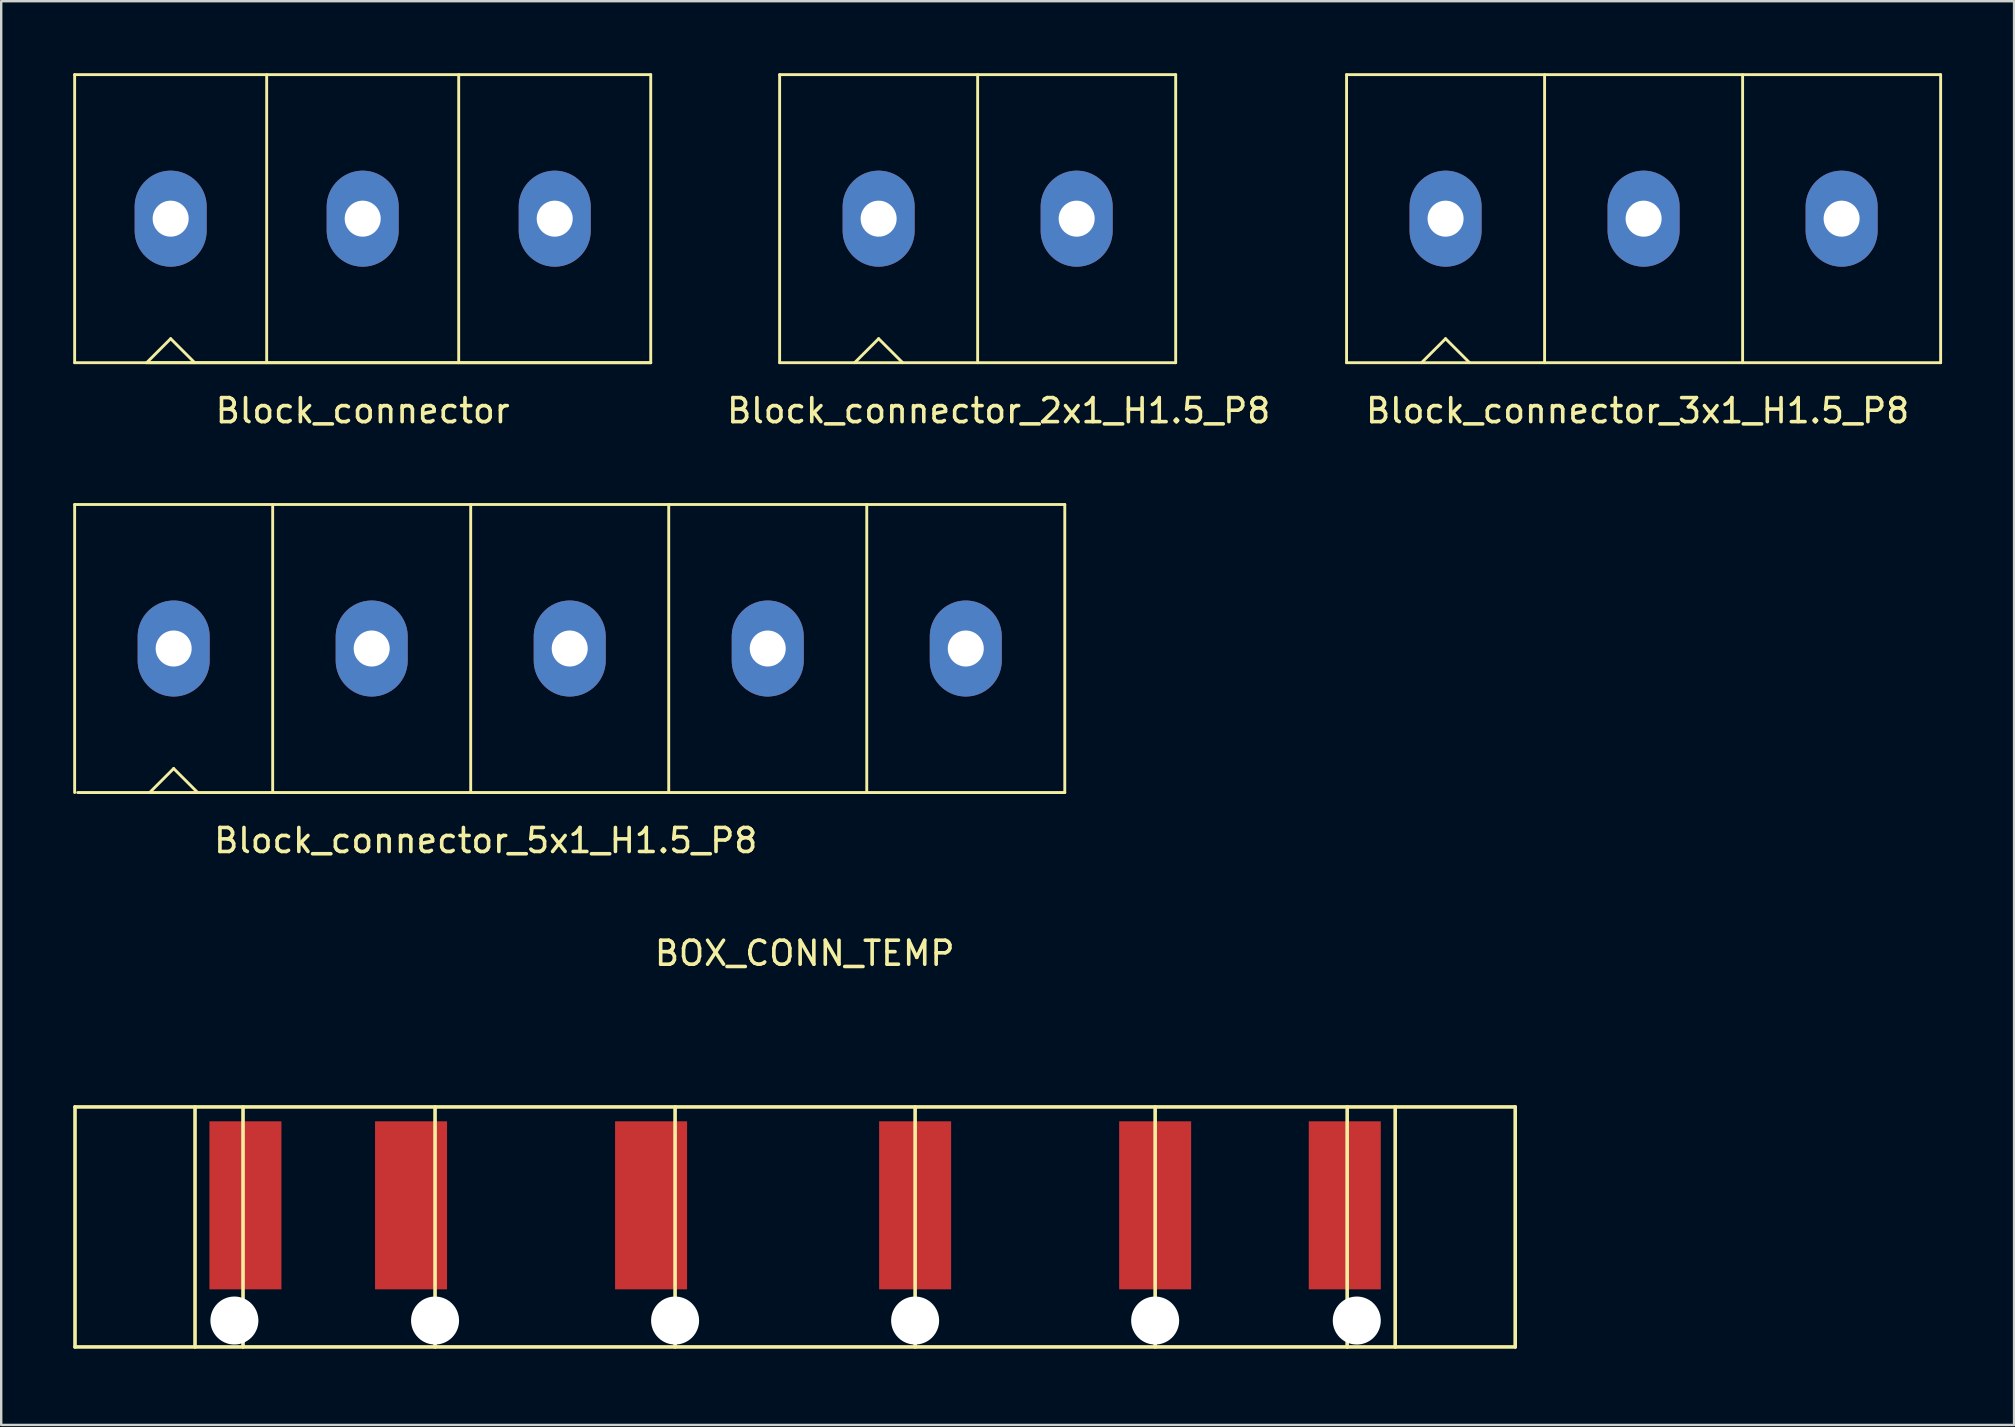
<source format=kicad_pcb>
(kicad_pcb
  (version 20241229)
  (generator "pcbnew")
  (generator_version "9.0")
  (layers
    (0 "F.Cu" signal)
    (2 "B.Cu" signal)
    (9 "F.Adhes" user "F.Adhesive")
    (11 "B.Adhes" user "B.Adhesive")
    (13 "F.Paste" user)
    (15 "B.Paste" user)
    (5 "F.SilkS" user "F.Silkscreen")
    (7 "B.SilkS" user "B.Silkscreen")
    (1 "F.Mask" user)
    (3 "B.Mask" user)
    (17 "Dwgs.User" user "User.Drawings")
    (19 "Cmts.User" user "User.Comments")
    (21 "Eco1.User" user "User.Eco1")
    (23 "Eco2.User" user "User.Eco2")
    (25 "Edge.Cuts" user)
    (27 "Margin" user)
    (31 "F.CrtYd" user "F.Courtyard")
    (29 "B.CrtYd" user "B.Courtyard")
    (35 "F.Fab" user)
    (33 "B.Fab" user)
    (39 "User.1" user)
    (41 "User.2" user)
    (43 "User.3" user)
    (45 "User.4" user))
  (footprint "Block_connector_3x1_H1.5_P8"
    (layer "F.Cu")
    (at 57.174 6.06)
    (property "Reference" "Block_connector_3x1_H1.5_P8" (at 8 8 0) (layer "F.SilkS") (effects (font (size 1 1) (thickness 0.15))))
    (attr through_hole)
    (fp_line (start -4.125 -6) (end 20.625 -6) (stroke (width 0.12) (type solid)) (layer "F.SilkS"))
    (fp_line (start -4.125 6) (end -4.125 -6) (stroke (width 0.12) (type solid)) (layer "F.SilkS"))
    (fp_line (start -4.125 6) (end 20.625 6) (stroke (width 0.12) (type solid)) (layer "F.SilkS"))
    (fp_line (start -1 6) (end 0 5) (stroke (width 0.12) (type solid)) (layer "F.SilkS"))
    (fp_line (start 0 5) (end 1 6) (stroke (width 0.12) (type solid)) (layer "F.SilkS"))
    (fp_line (start 4.125 6) (end 4.125 -6) (stroke (width 0.12) (type solid)) (layer "F.SilkS"))
    (fp_line (start 12.375 -6) (end 12.375 6) (stroke (width 0.12) (type solid)) (layer "F.SilkS"))
    (fp_line (start 20.625 -6) (end 20.625 6) (stroke (width 0.12) (type solid)) (layer "F.SilkS"))
    (pad "1" thru_hole oval (at 0 0) (size 3 4) (drill 1.5) (layers "*.Cu" "*.Mask"))
    (pad "2" thru_hole oval (at 8.25 0) (size 3 4) (drill 1.5) (layers "*.Cu" "*.Mask"))
    (pad "3" thru_hole oval (at 16.5 0) (size 3 4) (drill 1.5) (layers "*.Cu" "*.Mask")))
  (footprint "Block_connector_5x1_H1.5_P8"
    (layer "F.Cu")
    (at 4.185 23.968)
    (property "Reference" "Block_connector_5x1_H1.5_P8" (at 13 8 0) (layer "F.SilkS") (effects (font (size 1 1) (thickness 0.15))))
    (attr through_hole)
    (fp_line (start -4.125 -6) (end 37.125 -6) (stroke (width 0.12) (type solid)) (layer "F.SilkS"))
    (fp_line (start -4.125 6) (end -4.125 -6) (stroke (width 0.12) (type solid)) (layer "F.SilkS"))
    (fp_line (start -1 6) (end 0 5) (stroke (width 0.12) (type solid)) (layer "F.SilkS"))
    (fp_line (start 0 5) (end 1 6) (stroke (width 0.12) (type solid)) (layer "F.SilkS"))
    (fp_line (start 4.125 6) (end 4.125 -6) (stroke (width 0.12) (type solid)) (layer "F.SilkS"))
    (fp_line (start 12.375 -6) (end 12.375 6) (stroke (width 0.12) (type solid)) (layer "F.SilkS"))
    (fp_line (start 20.625 -6) (end 20.625 6) (stroke (width 0.12) (type solid)) (layer "F.SilkS"))
    (fp_line (start 28.875 -6) (end 28.875 6) (stroke (width 0.12) (type solid)) (layer "F.SilkS"))
    (fp_line (start 37.125 -6) (end 37.125 6) (stroke (width 0.12) (type solid)) (layer "F.SilkS"))
    (fp_line (start 37.125 6) (end -4 6) (stroke (width 0.12) (type solid)) (layer "F.SilkS"))
    (pad "1" thru_hole oval (at 0 0) (size 3 4) (drill 1.5) (layers "*.Cu" "*.Mask"))
    (pad "2" thru_hole oval (at 8.25 0) (size 3 4) (drill 1.5) (layers "*.Cu" "*.Mask"))
    (pad "3" thru_hole oval (at 16.5 0) (size 3 4) (drill 1.5) (layers "*.Cu" "*.Mask"))
    (pad "4" thru_hole oval (at 24.75 0) (size 3 4) (drill 1.5) (layers "*.Cu" "*.Mask"))
    (pad "5" thru_hole oval (at 33 0) (size 3 4) (drill 1.5) (layers "*.Cu" "*.Mask")))
  (footprint "Block_connector_2x1_H1.5_P8"
    (layer "F.Cu")
    (at 33.555 6.06)
    (property "Reference" "Block_connector_2x1_H1.5_P8" (at 5 8 0) (layer "F.SilkS") (effects (font (size 1 1) (thickness 0.15))))
    (attr through_hole)
    (fp_line (start -4.125 -6) (end 12.375 -6) (stroke (width 0.12) (type solid)) (layer "F.SilkS"))
    (fp_line (start -4.125 6) (end -4.125 -6) (stroke (width 0.12) (type solid)) (layer "F.SilkS"))
    (fp_line (start -4.125 6) (end 12.375 6) (stroke (width 0.12) (type solid)) (layer "F.SilkS"))
    (fp_line (start -1 6) (end 0 5) (stroke (width 0.12) (type solid)) (layer "F.SilkS"))
    (fp_line (start 0 5) (end 1 6) (stroke (width 0.12) (type solid)) (layer "F.SilkS"))
    (fp_line (start 4.125 6) (end 4.125 -6) (stroke (width 0.12) (type solid)) (layer "F.SilkS"))
    (fp_line (start 12.375 -6) (end 12.375 6) (stroke (width 0.12) (type solid)) (layer "F.SilkS"))
    (pad "1" thru_hole oval (at 0 0) (size 3 4) (drill 1.5) (layers "*.Cu" "*.Mask"))
    (pad "2" thru_hole oval (at 8.25 0) (size 3 4) (drill 1.5) (layers "*.Cu" "*.Mask")))
  (footprint "BOX_CONN_TEMP"
    (layer "F.Cu")
    (at 30.075 53.065)
    (property "Reference" "BOX_CONN_TEMP" (at 0.4 -16.4 180) (layer "F.SilkS") (effects (font (size 1 1) (thickness 0.15))))
    (attr through_hole)
    (fp_line (start -30 -10) (end -30 0) (stroke (width 0.15) (type solid)) (layer "F.SilkS"))
    (fp_line (start -30 0) (end 30 0) (stroke (width 0.15) (type solid)) (layer "F.SilkS"))
    (fp_line (start -25 0) (end -25 -10) (stroke (width 0.15) (type solid)) (layer "F.SilkS"))
    (fp_line (start -23 0) (end -23 -10) (stroke (width 0.15) (type solid)) (layer "F.SilkS"))
    (fp_line (start -15 0) (end -15 -10) (stroke (width 0.15) (type solid)) (layer "F.SilkS"))
    (fp_line (start -5 0) (end -5 -10) (stroke (width 0.15) (type solid)) (layer "F.SilkS"))
    (fp_line (start 5 0) (end 5 -10) (stroke (width 0.15) (type solid)) (layer "F.SilkS"))
    (fp_line (start 15 0) (end 15 -10) (stroke (width 0.15) (type solid)) (layer "F.SilkS"))
    (fp_line (start 23 -10) (end 23 0) (stroke (width 0.15) (type solid)) (layer "F.SilkS"))
    (fp_line (start 25 -10) (end 25 0) (stroke (width 0.15) (type solid)) (layer "F.SilkS"))
    (fp_line (start 30 -10) (end -30 -10) (stroke (width 0.15) (type solid)) (layer "F.SilkS"))
    (fp_line (start 30 0) (end 30 -10) (stroke (width 0.15) (type solid)) (layer "F.SilkS"))
    (pad "" np_thru_hole circle (at -23.36 -1.1) (size 2 2) (drill 2) (layers "*.Cu" "*.Mask"))
    (pad "" np_thru_hole circle (at -15 -1.1) (size 2 2) (drill 2) (layers "*.Cu" "*.Mask"))
    (pad "" np_thru_hole circle (at -5 -1.1) (size 2 2) (drill 2) (layers "*.Cu" "*.Mask"))
    (pad "" np_thru_hole circle (at 5 -1.1) (size 2 2) (drill 2) (layers "*.Cu" "*.Mask"))
    (pad "" np_thru_hole circle (at 15 -1.1) (size 2 2) (drill 2) (layers "*.Cu" "*.Mask"))
    (pad "" np_thru_hole circle (at 23.4 -1.1) (size 2 2) (drill 2) (layers "*.Cu" "*.Mask"))
    (pad "1" smd rect (at -22.9 -5.9) (size 3 7) (layers "F.Cu" "F.Mask" "F.Paste"))
    (pad "2" smd rect (at -16 -5.9) (size 3 7) (layers "F.Cu" "F.Mask" "F.Paste"))
    (pad "3" smd rect (at -6 -5.9) (size 3 7) (layers "F.Cu" "F.Mask" "F.Paste"))
    (pad "4" smd rect (at 5 -5.9) (size 3 7) (layers "F.Cu" "F.Mask" "F.Paste"))
    (pad "5" smd rect (at 15 -5.9) (size 3 7) (layers "F.Cu" "F.Mask" "F.Paste"))
    (pad "6" smd rect (at 22.9 -5.9) (size 3 7) (layers "F.Cu" "F.Mask" "F.Paste")))
  (footprint "Block_connector"
    (layer "F.Cu")
    (at 4.06 6.06)
    (property "Reference" "Block_connector" (at 8 8 0) (layer "F.SilkS") (effects (font (size 1 1) (thickness 0.15))))
    (attr through_hole)
    (fp_line (start -4 -6) (end 20 -6) (stroke (width 0.12) (type solid)) (layer "F.SilkS"))
    (fp_line (start -4 6) (end -4 -6) (stroke (width 0.12) (type solid)) (layer "F.SilkS"))
    (fp_line (start -4 6) (end 20 6) (stroke (width 0.12) (type solid)) (layer "F.SilkS"))
    (fp_line (start -1 6) (end 0 5) (stroke (width 0.12) (type solid)) (layer "F.SilkS"))
    (fp_line (start 0 5) (end 1 6) (stroke (width 0.12) (type solid)) (layer "F.SilkS"))
    (fp_line (start 4 6) (end 4 -6) (stroke (width 0.12) (type solid)) (layer "F.SilkS"))
    (fp_line (start 12 -6) (end 12 6) (stroke (width 0.12) (type solid)) (layer "F.SilkS"))
    (fp_line (start 20 -6) (end 20 6) (stroke (width 0.12) (type solid)) (layer "F.SilkS"))
    (fp_line (start 20 6) (end -1 6) (stroke (width 0.12) (type solid)) (layer "F.SilkS"))
    (pad "1" thru_hole oval (at 0 0) (size 3 4) (drill 1.5) (layers "*.Cu" "*.Mask"))
    (pad "2" thru_hole oval (at 8 0) (size 3 4) (drill 1.5) (layers "*.Cu" "*.Mask"))
    (pad "3" thru_hole oval (at 16 0) (size 3 4) (drill 1.5) (layers "*.Cu" "*.Mask")))
  (gr_rect
    (start -3 -3)
    (end 80.859 56.315)
    (stroke (width 0.1) (type default))
    (fill no)
    (layer "Edge.Cuts")))
</source>
